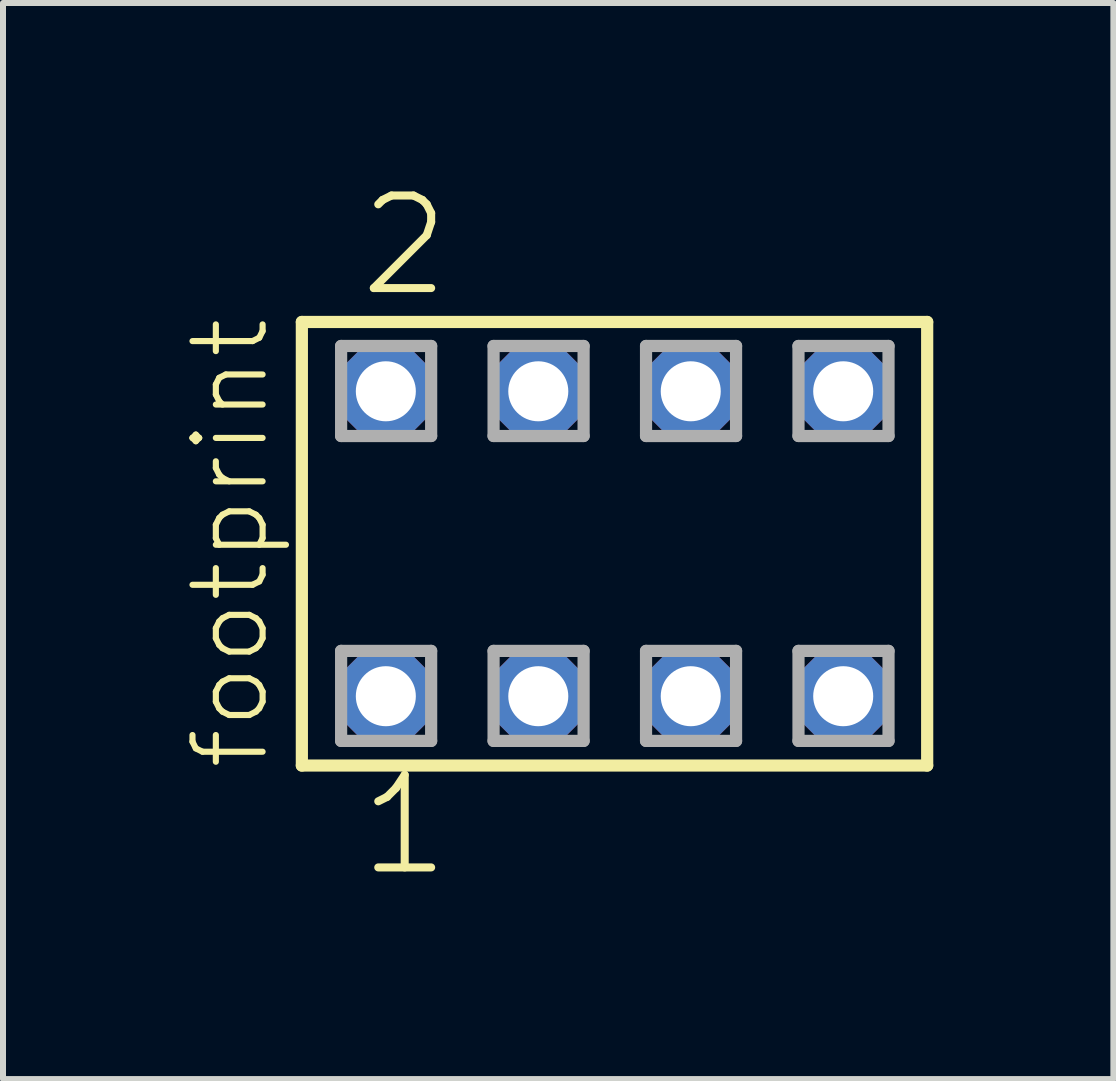
<source format=kicad_pcb>
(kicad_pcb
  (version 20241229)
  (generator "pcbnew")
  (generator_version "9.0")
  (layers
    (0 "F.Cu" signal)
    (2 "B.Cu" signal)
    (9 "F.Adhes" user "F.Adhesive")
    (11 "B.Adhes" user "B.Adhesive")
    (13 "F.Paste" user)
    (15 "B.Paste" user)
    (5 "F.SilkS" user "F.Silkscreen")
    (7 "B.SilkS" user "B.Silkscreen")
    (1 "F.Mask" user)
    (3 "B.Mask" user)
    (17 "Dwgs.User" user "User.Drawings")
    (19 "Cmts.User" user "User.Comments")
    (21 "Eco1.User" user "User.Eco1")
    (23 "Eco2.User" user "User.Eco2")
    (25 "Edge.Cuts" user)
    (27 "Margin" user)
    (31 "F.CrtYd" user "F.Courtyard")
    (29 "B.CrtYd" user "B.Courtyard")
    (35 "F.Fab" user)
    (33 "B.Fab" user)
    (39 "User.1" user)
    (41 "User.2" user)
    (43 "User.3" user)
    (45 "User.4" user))
  (footprint "footprint"
    (layer "F.Cu")
    (at 7.188 6.009)
    (property "Reference" "footprint" (at -5.715 3.81 90) (layer "F.SilkS") (effects (font (size 1.168 1.168) (thickness 0.102)) (justify left bottom)))
    (fp_line (start -5.209 -3.695) (end 5.209 -3.695) (stroke (width 0.203) (type solid)) (layer "F.SilkS"))
    (fp_line (start -5.209 3.695) (end -5.209 -3.695) (stroke (width 0.203) (type solid)) (layer "F.SilkS"))
    (fp_line (start 5.209 -3.695) (end 5.209 3.695) (stroke (width 0.203) (type solid)) (layer "F.SilkS"))
    (fp_line (start 5.209 3.695) (end -5.209 3.695) (stroke (width 0.203) (type solid)) (layer "F.SilkS"))
    (fp_line (start -4.555 -3.295) (end -3.055 -3.295) (stroke (width 0.203) (type solid)) (layer "F.Fab"))
    (fp_line (start -4.555 -1.795) (end -4.555 -3.295) (stroke (width 0.203) (type solid)) (layer "F.Fab"))
    (fp_line (start -4.555 1.785) (end -3.055 1.785) (stroke (width 0.203) (type solid)) (layer "F.Fab"))
    (fp_line (start -4.555 3.285) (end -4.555 1.785) (stroke (width 0.203) (type solid)) (layer "F.Fab"))
    (fp_line (start -3.055 -3.295) (end -3.055 -1.795) (stroke (width 0.203) (type solid)) (layer "F.Fab"))
    (fp_line (start -3.055 -1.795) (end -4.555 -1.795) (stroke (width 0.203) (type solid)) (layer "F.Fab"))
    (fp_line (start -3.055 1.785) (end -3.055 3.285) (stroke (width 0.203) (type solid)) (layer "F.Fab"))
    (fp_line (start -3.055 3.285) (end -4.555 3.285) (stroke (width 0.203) (type solid)) (layer "F.Fab"))
    (fp_line (start -2.015 -3.295) (end -0.515 -3.295) (stroke (width 0.203) (type solid)) (layer "F.Fab"))
    (fp_line (start -2.015 -1.795) (end -2.015 -3.295) (stroke (width 0.203) (type solid)) (layer "F.Fab"))
    (fp_line (start -2.015 1.785) (end -0.515 1.785) (stroke (width 0.203) (type solid)) (layer "F.Fab"))
    (fp_line (start -2.015 3.285) (end -2.015 1.785) (stroke (width 0.203) (type solid)) (layer "F.Fab"))
    (fp_line (start -0.515 -3.295) (end -0.515 -1.795) (stroke (width 0.203) (type solid)) (layer "F.Fab"))
    (fp_line (start -0.515 -1.795) (end -2.015 -1.795) (stroke (width 0.203) (type solid)) (layer "F.Fab"))
    (fp_line (start -0.515 1.785) (end -0.515 3.285) (stroke (width 0.203) (type solid)) (layer "F.Fab"))
    (fp_line (start -0.515 3.285) (end -2.015 3.285) (stroke (width 0.203) (type solid)) (layer "F.Fab"))
    (fp_line (start 0.525 -3.295) (end 2.025 -3.295) (stroke (width 0.203) (type solid)) (layer "F.Fab"))
    (fp_line (start 0.525 -1.795) (end 0.525 -3.295) (stroke (width 0.203) (type solid)) (layer "F.Fab"))
    (fp_line (start 0.525 1.785) (end 2.025 1.785) (stroke (width 0.203) (type solid)) (layer "F.Fab"))
    (fp_line (start 0.525 3.285) (end 0.525 1.785) (stroke (width 0.203) (type solid)) (layer "F.Fab"))
    (fp_line (start 2.025 -3.295) (end 2.025 -1.795) (stroke (width 0.203) (type solid)) (layer "F.Fab"))
    (fp_line (start 2.025 -1.795) (end 0.525 -1.795) (stroke (width 0.203) (type solid)) (layer "F.Fab"))
    (fp_line (start 2.025 1.785) (end 2.025 3.285) (stroke (width 0.203) (type solid)) (layer "F.Fab"))
    (fp_line (start 2.025 3.285) (end 0.525 3.285) (stroke (width 0.203) (type solid)) (layer "F.Fab"))
    (fp_line (start 3.065 -3.295) (end 4.565 -3.295) (stroke (width 0.203) (type solid)) (layer "F.Fab"))
    (fp_line (start 3.065 -1.795) (end 3.065 -3.295) (stroke (width 0.203) (type solid)) (layer "F.Fab"))
    (fp_line (start 3.065 1.785) (end 4.565 1.785) (stroke (width 0.203) (type solid)) (layer "F.Fab"))
    (fp_line (start 3.065 3.285) (end 3.065 1.785) (stroke (width 0.203) (type solid)) (layer "F.Fab"))
    (fp_line (start 4.565 -3.295) (end 4.565 -1.795) (stroke (width 0.203) (type solid)) (layer "F.Fab"))
    (fp_line (start 4.565 -1.795) (end 3.065 -1.795) (stroke (width 0.203) (type solid)) (layer "F.Fab"))
    (fp_line (start 4.565 1.785) (end 4.565 3.285) (stroke (width 0.203) (type solid)) (layer "F.Fab"))
    (fp_line (start 4.565 3.285) (end 3.065 3.285) (stroke (width 0.203) (type solid)) (layer "F.Fab"))
    (fp_text user "1" (at -4.318 5.588 0) (layer "F.SilkS") (effects (font (size 1.542 1.542) (thickness 0.134)) (justify left bottom)))
    (fp_text user "2" (at -4.318 -4.064 0) (layer "F.SilkS") (effects (font (size 1.542 1.542) (thickness 0.134)) (justify left bottom)))
    (pad "1" thru_hole roundrect (at -3.81 2.54) (size 1.5 1.5) (drill 1) (layers "*.Cu" "*.Mask") (roundrect_rratio 0.25) (chamfer_ratio 0.25) (chamfer top_left top_right bottom_left bottom_right))
    (pad "2" thru_hole roundrect (at -3.81 -2.54) (size 1.5 1.5) (drill 1) (layers "*.Cu" "*.Mask") (roundrect_rratio 0.25) (chamfer_ratio 0.25) (chamfer top_left top_right bottom_left bottom_right))
    (pad "3" thru_hole roundrect (at -1.27 2.54) (size 1.5 1.5) (drill 1) (layers "*.Cu" "*.Mask") (roundrect_rratio 0.25) (chamfer_ratio 0.25) (chamfer top_left top_right bottom_left bottom_right))
    (pad "4" thru_hole roundrect (at -1.27 -2.54) (size 1.5 1.5) (drill 1) (layers "*.Cu" "*.Mask") (roundrect_rratio 0.25) (chamfer_ratio 0.25) (chamfer top_left top_right bottom_left bottom_right))
    (pad "5" thru_hole roundrect (at 1.27 2.54) (size 1.5 1.5) (drill 1) (layers "*.Cu" "*.Mask") (roundrect_rratio 0.25) (chamfer_ratio 0.25) (chamfer top_left top_right bottom_left bottom_right))
    (pad "6" thru_hole roundrect (at 1.27 -2.54) (size 1.5 1.5) (drill 1) (layers "*.Cu" "*.Mask") (roundrect_rratio 0.25) (chamfer_ratio 0.25) (chamfer top_left top_right bottom_left bottom_right))
    (pad "7" thru_hole roundrect (at 3.81 2.54) (size 1.5 1.5) (drill 1) (layers "*.Cu" "*.Mask") (roundrect_rratio 0.25) (chamfer_ratio 0.25) (chamfer top_left top_right bottom_left bottom_right))
    (pad "8" thru_hole roundrect (at 3.81 -2.54) (size 1.5 1.5) (drill 1) (layers "*.Cu" "*.Mask") (roundrect_rratio 0.25) (chamfer_ratio 0.25) (chamfer top_left top_right bottom_left bottom_right)))
  (gr_rect
    (start -3 -3)
    (end 15.499 14.927)
    (stroke (width 0.1) (type default))
    (fill no)
    (layer "Edge.Cuts")))
</source>
